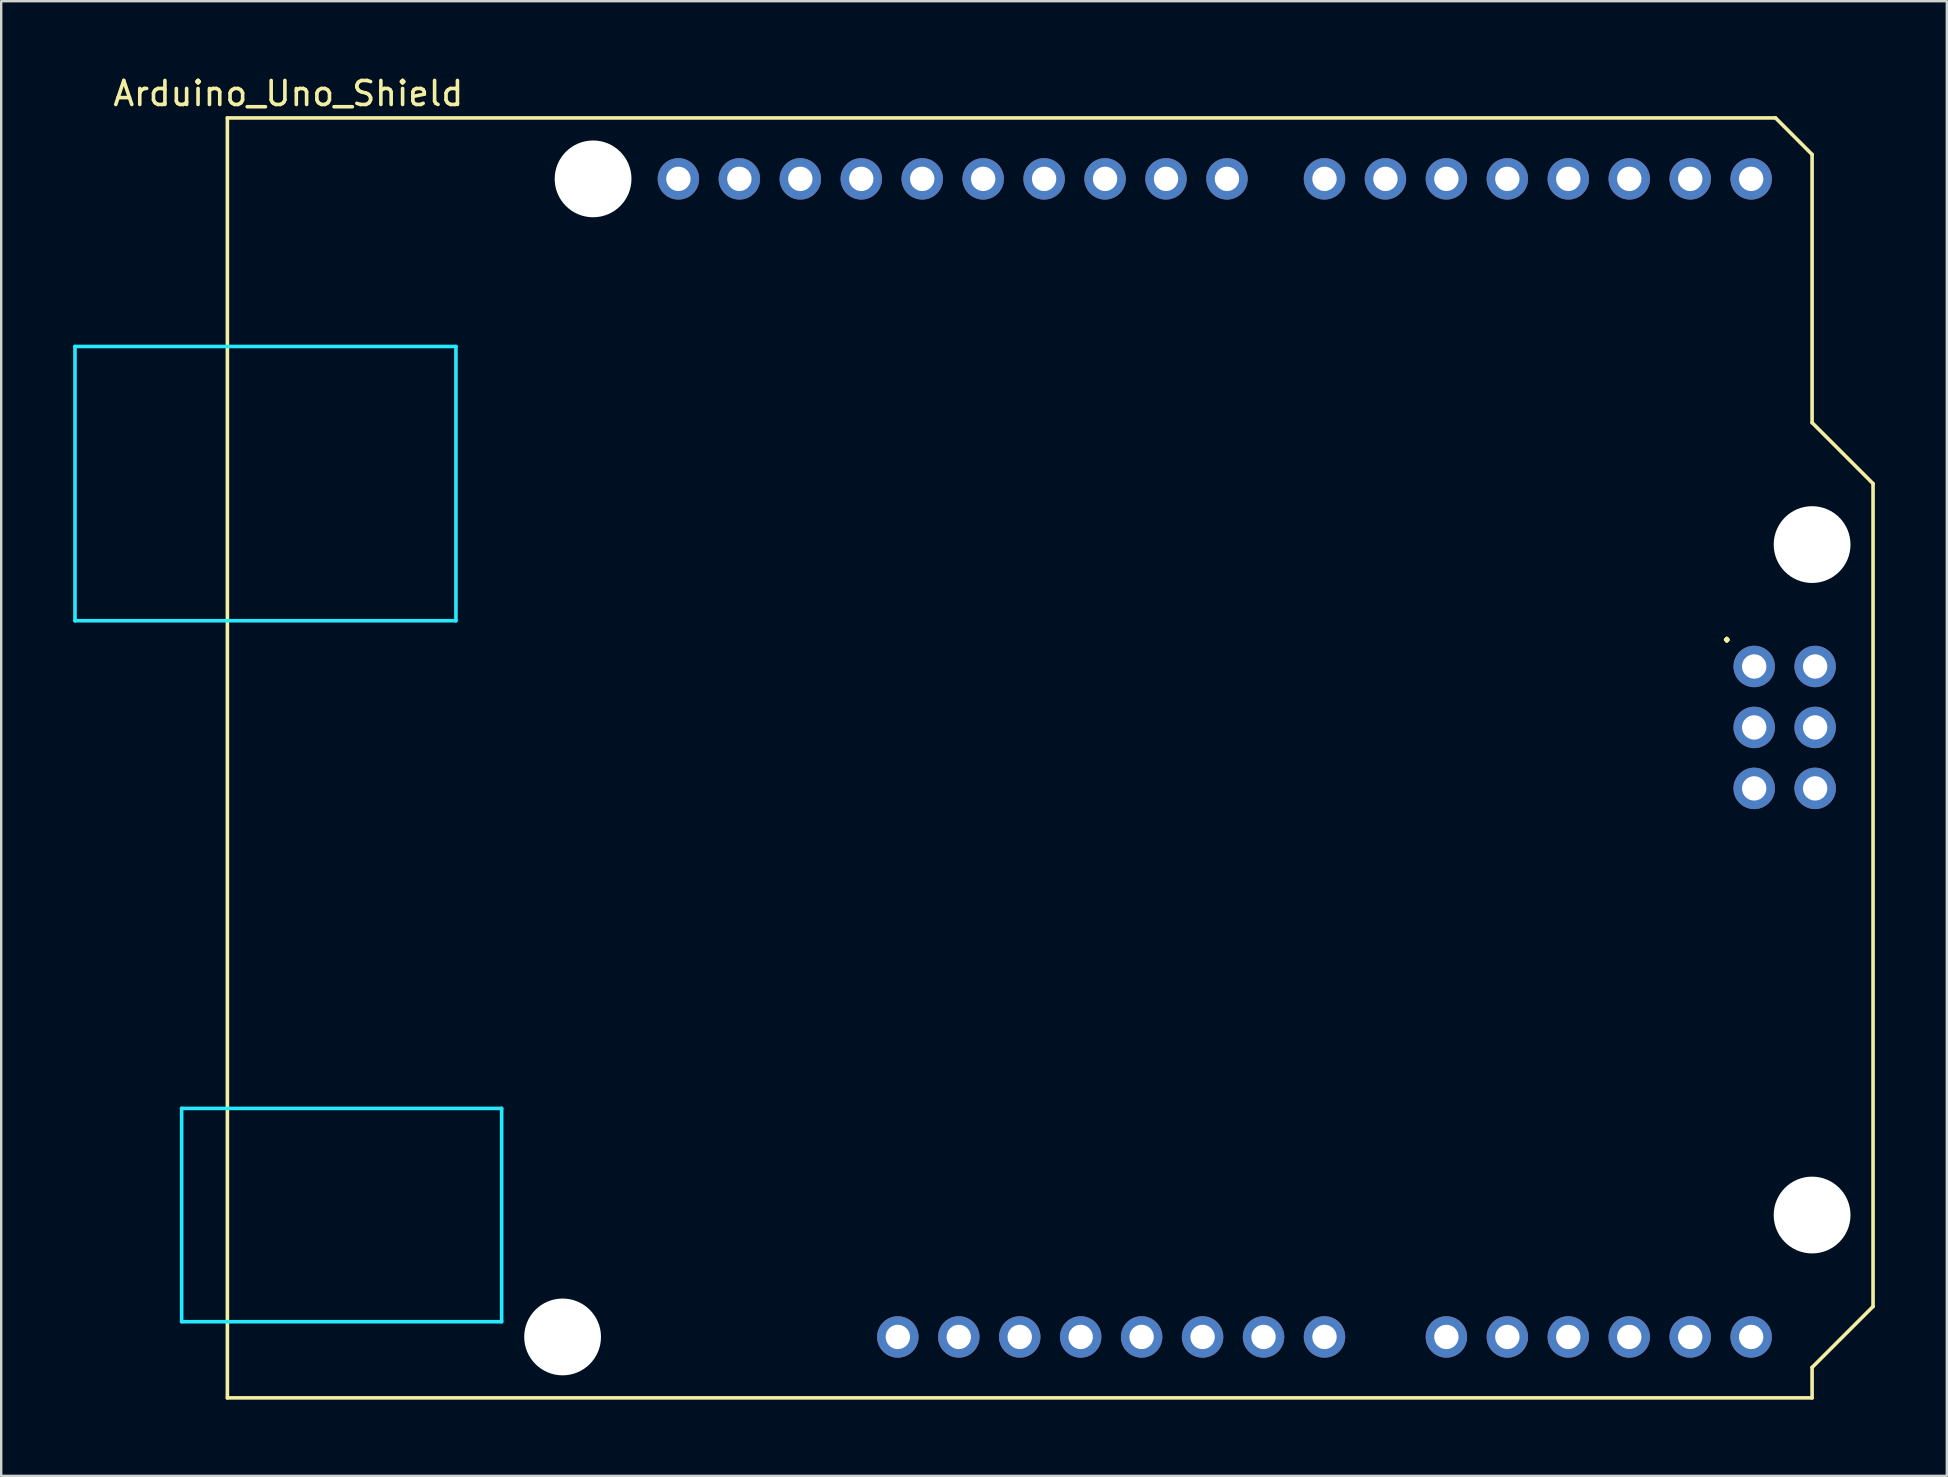
<source format=kicad_pcb>
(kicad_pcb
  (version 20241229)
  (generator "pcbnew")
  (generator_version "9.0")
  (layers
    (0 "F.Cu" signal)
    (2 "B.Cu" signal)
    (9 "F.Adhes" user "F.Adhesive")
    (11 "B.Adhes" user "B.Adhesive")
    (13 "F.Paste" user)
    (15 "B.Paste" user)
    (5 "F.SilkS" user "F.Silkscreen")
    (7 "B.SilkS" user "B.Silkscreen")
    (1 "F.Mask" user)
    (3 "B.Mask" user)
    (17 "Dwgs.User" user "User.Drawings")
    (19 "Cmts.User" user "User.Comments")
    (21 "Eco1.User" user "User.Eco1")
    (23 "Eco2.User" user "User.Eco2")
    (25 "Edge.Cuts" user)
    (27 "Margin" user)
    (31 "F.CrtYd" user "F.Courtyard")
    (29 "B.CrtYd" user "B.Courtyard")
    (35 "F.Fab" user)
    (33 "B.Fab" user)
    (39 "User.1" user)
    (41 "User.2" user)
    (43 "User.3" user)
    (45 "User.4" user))
  (footprint "Arduino_Uno_Shield"
    (layer "F.Cu")
    (at 6.425 55.204)
    (property "Reference" "Arduino_Uno_Shield" (at 2.54 -54.356 0) (layer "F.SilkS") (effects (font (size 1 1) (thickness 0.15))))
    (attr through_hole)
    (fp_line (start 0 -53.34) (end 0 0) (stroke (width 0.15) (type solid)) (layer "F.SilkS"))
    (fp_line (start 0 -53.34) (end 64.516 -53.34) (stroke (width 0.15) (type solid)) (layer "F.SilkS"))
    (fp_line (start 0 0) (end 66.04 0) (stroke (width 0.15) (type solid)) (layer "F.SilkS"))
    (fp_line (start 64.516 -53.34) (end 66.04 -51.816) (stroke (width 0.15) (type solid)) (layer "F.SilkS"))
    (fp_line (start 66.04 -40.64) (end 66.04 -51.816) (stroke (width 0.15) (type solid)) (layer "F.SilkS"))
    (fp_line (start 66.04 -1.27) (end 68.58 -3.81) (stroke (width 0.15) (type solid)) (layer "F.SilkS"))
    (fp_line (start 66.04 0) (end 66.04 -1.27) (stroke (width 0.15) (type solid)) (layer "F.SilkS"))
    (fp_line (start 68.58 -38.1) (end 66.04 -40.64) (stroke (width 0.15) (type solid)) (layer "F.SilkS"))
    (fp_line (start 68.58 -3.81) (end 68.58 -38.1) (stroke (width 0.15) (type solid)) (layer "F.SilkS"))
    (fp_line (start -6.35 -43.815) (end -6.35 -32.385) (stroke (width 0.15) (type solid)) (layer "B.CrtYd"))
    (fp_line (start -1.905 -12.065) (end -1.905 -3.175) (stroke (width 0.15) (type solid)) (layer "B.CrtYd"))
    (fp_line (start -1.905 -12.065) (end 11.43 -12.065) (stroke (width 0.15) (type solid)) (layer "B.CrtYd"))
    (fp_line (start -1.905 -3.175) (end 11.43 -3.175) (stroke (width 0.15) (type solid)) (layer "B.CrtYd"))
    (fp_line (start 9.525 -43.815) (end -6.35 -43.815) (stroke (width 0.15) (type solid)) (layer "B.CrtYd"))
    (fp_line (start 9.525 -43.815) (end 9.525 -32.385) (stroke (width 0.15) (type solid)) (layer "B.CrtYd"))
    (fp_line (start 9.525 -32.385) (end -6.35 -32.385) (stroke (width 0.15) (type solid)) (layer "B.CrtYd"))
    (fp_line (start 11.43 -12.065) (end 11.43 -3.175) (stroke (width 0.15) (type solid)) (layer "B.CrtYd"))
    (fp_text user "." (at 62.484 -32.004 0) (layer "F.SilkS") (effects (font (size 1 1) (thickness 0.15))))
    (pad "" np_thru_hole circle (at 13.97 -2.54) (size 3.2 3.2) (drill 3.2) (layers "*.Cu" "*.Mask"))
    (pad "" np_thru_hole circle (at 15.24 -50.8) (size 3.2 3.2) (drill 3.2) (layers "*.Cu" "*.Mask"))
    (pad "" thru_hole oval (at 27.94 -2.54) (size 1.727 1.727) (drill 1.016) (layers "*.Cu" "*.Mask"))
    (pad "" np_thru_hole circle (at 66.04 -35.56) (size 3.2 3.2) (drill 3.2) (layers "*.Cu" "*.Mask"))
    (pad "" np_thru_hole circle (at 66.04 -7.62) (size 3.2 3.2) (drill 3.2) (layers "*.Cu" "*.Mask"))
    (pad "3V3" thru_hole oval (at 35.56 -2.54) (size 1.727 1.727) (drill 1.016) (layers "*.Cu" "*.Mask"))
    (pad "5V1" thru_hole oval (at 38.1 -2.54) (size 1.727 1.727) (drill 1.016) (layers "*.Cu" "*.Mask"))
    (pad "5V2" thru_hole oval (at 66.167 -30.48) (size 1.727 1.727) (drill 1.016) (layers "*.Cu" "*.Mask"))
    (pad "A0" thru_hole oval (at 50.8 -2.54) (size 1.727 1.727) (drill 1.016) (layers "*.Cu" "*.Mask"))
    (pad "A1" thru_hole oval (at 53.34 -2.54) (size 1.727 1.727) (drill 1.016) (layers "*.Cu" "*.Mask"))
    (pad "A2" thru_hole oval (at 55.88 -2.54) (size 1.727 1.727) (drill 1.016) (layers "*.Cu" "*.Mask"))
    (pad "A3" thru_hole oval (at 58.42 -2.54) (size 1.727 1.727) (drill 1.016) (layers "*.Cu" "*.Mask"))
    (pad "A4" thru_hole oval (at 60.96 -2.54) (size 1.727 1.727) (drill 1.016) (layers "*.Cu" "*.Mask"))
    (pad "A5" thru_hole oval (at 63.5 -2.54) (size 1.727 1.727) (drill 1.016) (layers "*.Cu" "*.Mask"))
    (pad "AREF" thru_hole oval (at 23.876 -50.8) (size 1.727 1.727) (drill 1.016) (layers "*.Cu" "*.Mask"))
    (pad "D0" thru_hole oval (at 63.5 -50.8) (size 1.727 1.727) (drill 1.016) (layers "*.Cu" "*.Mask"))
    (pad "D1" thru_hole oval (at 60.96 -50.8) (size 1.727 1.727) (drill 1.016) (layers "*.Cu" "*.Mask"))
    (pad "D2" thru_hole oval (at 58.42 -50.8) (size 1.727 1.727) (drill 1.016) (layers "*.Cu" "*.Mask"))
    (pad "D3" thru_hole oval (at 55.88 -50.8) (size 1.727 1.727) (drill 1.016) (layers "*.Cu" "*.Mask"))
    (pad "D4" thru_hole oval (at 53.34 -50.8) (size 1.727 1.727) (drill 1.016) (layers "*.Cu" "*.Mask"))
    (pad "D5" thru_hole oval (at 50.8 -50.8) (size 1.727 1.727) (drill 1.016) (layers "*.Cu" "*.Mask"))
    (pad "D6" thru_hole oval (at 48.26 -50.8) (size 1.727 1.727) (drill 1.016) (layers "*.Cu" "*.Mask"))
    (pad "D7" thru_hole oval (at 45.72 -50.8) (size 1.727 1.727) (drill 1.016) (layers "*.Cu" "*.Mask"))
    (pad "D8" thru_hole oval (at 41.656 -50.8) (size 1.727 1.727) (drill 1.016) (layers "*.Cu" "*.Mask"))
    (pad "D9" thru_hole oval (at 39.116 -50.8) (size 1.727 1.727) (drill 1.016) (layers "*.Cu" "*.Mask"))
    (pad "D10" thru_hole oval (at 36.576 -50.8) (size 1.727 1.727) (drill 1.016) (layers "*.Cu" "*.Mask"))
    (pad "D11" thru_hole oval (at 34.036 -50.8) (size 1.727 1.727) (drill 1.016) (layers "*.Cu" "*.Mask"))
    (pad "D12" thru_hole oval (at 31.496 -50.8) (size 1.727 1.727) (drill 1.016) (layers "*.Cu" "*.Mask"))
    (pad "D13" thru_hole oval (at 28.956 -50.8) (size 1.727 1.727) (drill 1.016) (layers "*.Cu" "*.Mask"))
    (pad "GND1" thru_hole oval (at 26.416 -50.8) (size 1.727 1.727) (drill 1.016) (layers "*.Cu" "*.Mask"))
    (pad "GND2" thru_hole oval (at 40.64 -2.54) (size 1.727 1.727) (drill 1.016) (layers "*.Cu" "*.Mask"))
    (pad "GND3" thru_hole oval (at 43.18 -2.54) (size 1.727 1.727) (drill 1.016) (layers "*.Cu" "*.Mask"))
    (pad "GND4" thru_hole oval (at 66.167 -25.4) (size 1.727 1.727) (drill 1.016) (layers "*.Cu" "*.Mask"))
    (pad "IORF" thru_hole oval (at 30.48 -2.54) (size 1.727 1.727) (drill 1.016) (layers "*.Cu" "*.Mask"))
    (pad "MISO" thru_hole oval (at 63.627 -30.48) (size 1.727 1.727) (drill 1.016) (layers "*.Cu" "*.Mask"))
    (pad "MOSI" thru_hole oval (at 66.167 -27.94) (size 1.727 1.727) (drill 1.016) (layers "*.Cu" "*.Mask"))
    (pad "RST1" thru_hole oval (at 33.02 -2.54) (size 1.727 1.727) (drill 1.016) (layers "*.Cu" "*.Mask"))
    (pad "RST2" thru_hole oval (at 63.627 -25.4) (size 1.727 1.727) (drill 1.016) (layers "*.Cu" "*.Mask"))
    (pad "SCK" thru_hole oval (at 63.627 -27.94) (size 1.727 1.727) (drill 1.016) (layers "*.Cu" "*.Mask"))
    (pad "SCL" thru_hole oval (at 18.796 -50.8) (size 1.727 1.727) (drill 1.016) (layers "*.Cu" "*.Mask"))
    (pad "SDA" thru_hole oval (at 21.336 -50.8) (size 1.727 1.727) (drill 1.016) (layers "*.Cu" "*.Mask"))
    (pad "VIN" thru_hole oval (at 45.72 -2.54) (size 1.727 1.727) (drill 1.016) (layers "*.Cu" "*.Mask")))
  (gr_rect
    (start -3 -3)
    (end 78.08 58.454)
    (stroke (width 0.1) (type default))
    (fill no)
    (layer "Edge.Cuts")))
</source>
